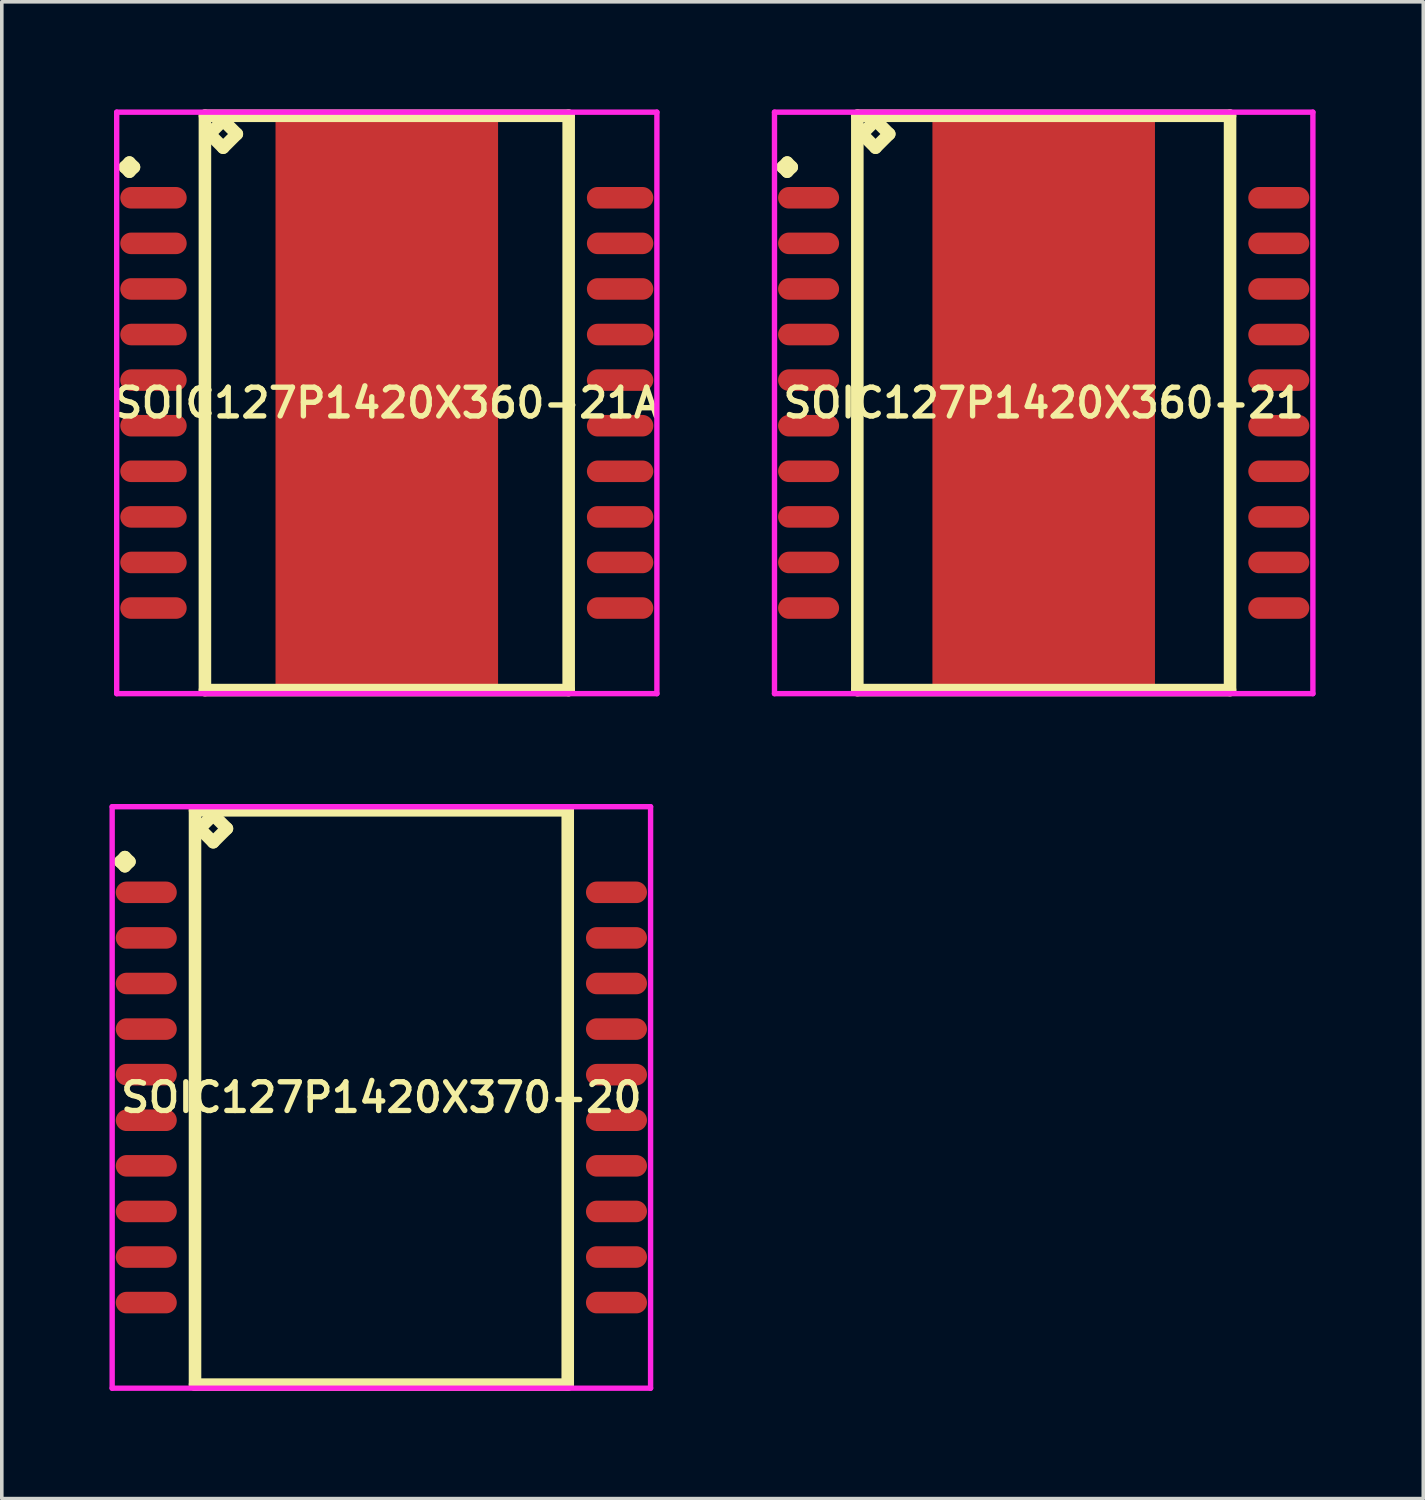
<source format=kicad_pcb>
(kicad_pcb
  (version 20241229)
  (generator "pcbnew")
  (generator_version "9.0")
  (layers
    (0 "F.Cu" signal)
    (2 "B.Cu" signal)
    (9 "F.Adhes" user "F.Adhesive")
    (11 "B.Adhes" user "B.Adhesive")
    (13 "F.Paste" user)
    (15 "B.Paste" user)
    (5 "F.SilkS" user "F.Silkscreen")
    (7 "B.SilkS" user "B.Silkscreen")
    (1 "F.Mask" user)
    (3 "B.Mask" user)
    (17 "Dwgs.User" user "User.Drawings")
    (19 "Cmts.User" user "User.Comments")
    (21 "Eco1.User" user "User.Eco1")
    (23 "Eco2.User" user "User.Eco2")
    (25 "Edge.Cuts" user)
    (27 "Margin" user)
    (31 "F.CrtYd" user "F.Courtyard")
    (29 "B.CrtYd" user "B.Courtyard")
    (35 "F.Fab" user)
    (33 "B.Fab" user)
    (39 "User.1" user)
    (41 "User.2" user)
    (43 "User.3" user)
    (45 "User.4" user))
  (footprint "SOIC127P1420X360-21A"
    (layer "F.Cu")
    (at 7.726 8.175)
    (property "Reference" "SOIC127P1420X360-21A" (at 0 0 0) (layer "F.SilkS") (effects (font (size 0.8 0.8) (thickness 0.15))))
    (attr through_hole)
    (fp_line (start -7.298 -6.569) (end -7.171 -6.696) (stroke (width 0.35) (type solid)) (layer "F.SilkS"))
    (fp_line (start -7.171 -6.696) (end -7.044 -6.569) (stroke (width 0.35) (type solid)) (layer "F.SilkS"))
    (fp_line (start -7.171 -6.442) (end -7.298 -6.569) (stroke (width 0.35) (type solid)) (layer "F.SilkS"))
    (fp_line (start -7.044 -6.569) (end -7.171 -6.442) (stroke (width 0.35) (type solid)) (layer "F.SilkS"))
    (fp_line (start -5.067 -8) (end -5.067 8) (stroke (width 0.35) (type solid)) (layer "F.SilkS"))
    (fp_line (start -5.067 8) (end 5.067 8) (stroke (width 0.35) (type solid)) (layer "F.SilkS"))
    (fp_line (start -4.94 -7.492) (end -4.559 -7.873) (stroke (width 0.35) (type solid)) (layer "F.SilkS"))
    (fp_line (start -4.559 -7.873) (end -4.178 -7.492) (stroke (width 0.35) (type solid)) (layer "F.SilkS"))
    (fp_line (start -4.559 -7.111) (end -4.94 -7.492) (stroke (width 0.35) (type solid)) (layer "F.SilkS"))
    (fp_line (start -4.178 -7.492) (end -4.559 -7.111) (stroke (width 0.35) (type solid)) (layer "F.SilkS"))
    (fp_line (start 5.067 -8) (end -5.067 -8) (stroke (width 0.35) (type solid)) (layer "F.SilkS"))
    (fp_line (start 5.067 8) (end 5.067 -8) (stroke (width 0.35) (type solid)) (layer "F.SilkS"))
    (fp_line (start -7.525 -8.1) (end 7.525 -8.1) (stroke (width 0.15) (type solid)) (layer "F.CrtYd"))
    (fp_line (start -7.525 8.1) (end -7.525 -8.1) (stroke (width 0.15) (type solid)) (layer "F.CrtYd"))
    (fp_line (start 7.525 -8.1) (end 7.525 8.1) (stroke (width 0.15) (type solid)) (layer "F.CrtYd"))
    (fp_line (start 7.525 8.1) (end -7.525 8.1) (stroke (width 0.15) (type solid)) (layer "F.CrtYd"))
    (pad "1" smd oval (at -6.5 -5.715) (size 1.85 0.6) (layers "F.Cu" "F.Mask" "F.Paste"))
    (pad "2" smd oval (at -6.5 -4.445) (size 1.85 0.6) (layers "F.Cu" "F.Mask" "F.Paste"))
    (pad "3" smd oval (at -6.5 -3.175) (size 1.85 0.6) (layers "F.Cu" "F.Mask" "F.Paste"))
    (pad "4" smd oval (at -6.5 -1.905) (size 1.85 0.6) (layers "F.Cu" "F.Mask" "F.Paste"))
    (pad "5" smd oval (at -6.5 -0.635) (size 1.85 0.6) (layers "F.Cu" "F.Mask" "F.Paste"))
    (pad "6" smd oval (at -6.5 0.635) (size 1.85 0.6) (layers "F.Cu" "F.Mask" "F.Paste"))
    (pad "7" smd oval (at -6.5 1.905) (size 1.85 0.6) (layers "F.Cu" "F.Mask" "F.Paste"))
    (pad "8" smd oval (at -6.5 3.175) (size 1.85 0.6) (layers "F.Cu" "F.Mask" "F.Paste"))
    (pad "9" smd oval (at -6.5 4.445) (size 1.85 0.6) (layers "F.Cu" "F.Mask" "F.Paste"))
    (pad "10" smd oval (at -6.5 5.715) (size 1.85 0.6) (layers "F.Cu" "F.Mask" "F.Paste"))
    (pad "11" smd oval (at 6.5 5.715) (size 1.85 0.6) (layers "F.Cu" "F.Mask" "F.Paste"))
    (pad "12" smd oval (at 6.5 4.445) (size 1.85 0.6) (layers "F.Cu" "F.Mask" "F.Paste"))
    (pad "13" smd oval (at 6.5 3.175) (size 1.85 0.6) (layers "F.Cu" "F.Mask" "F.Paste"))
    (pad "14" smd oval (at 6.5 1.905) (size 1.85 0.6) (layers "F.Cu" "F.Mask" "F.Paste"))
    (pad "15" smd oval (at 6.5 0.635) (size 1.85 0.6) (layers "F.Cu" "F.Mask" "F.Paste"))
    (pad "16" smd oval (at 6.5 -0.635) (size 1.85 0.6) (layers "F.Cu" "F.Mask" "F.Paste"))
    (pad "17" smd oval (at 6.5 -1.905) (size 1.85 0.6) (layers "F.Cu" "F.Mask" "F.Paste"))
    (pad "18" smd oval (at 6.5 -3.175) (size 1.85 0.6) (layers "F.Cu" "F.Mask" "F.Paste"))
    (pad "19" smd oval (at 6.5 -4.445) (size 1.85 0.6) (layers "F.Cu" "F.Mask" "F.Paste"))
    (pad "20" smd oval (at 6.5 -5.715) (size 1.85 0.6) (layers "F.Cu" "F.Mask" "F.Paste"))
    (pad "21" smd rect (at 0 0) (size 6.2 16) (layers "F.Cu" "F.Mask" "F.Paste")))
  (footprint "SOIC127P1420X370-20"
    (layer "F.Cu")
    (at 7.575 27.525)
    (property "Reference" "SOIC127P1420X370-20" (at 0 0 0) (layer "F.SilkS") (effects (font (size 0.8 0.8) (thickness 0.15))))
    (attr smd)
    (fp_line (start -7.273 -6.569) (end -7.146 -6.696) (stroke (width 0.35) (type solid)) (layer "F.SilkS"))
    (fp_line (start -7.146 -6.696) (end -7.019 -6.569) (stroke (width 0.35) (type solid)) (layer "F.SilkS"))
    (fp_line (start -7.146 -6.442) (end -7.273 -6.569) (stroke (width 0.35) (type solid)) (layer "F.SilkS"))
    (fp_line (start -7.019 -6.569) (end -7.146 -6.442) (stroke (width 0.35) (type solid)) (layer "F.SilkS"))
    (fp_line (start -5.192 -8) (end -5.192 8) (stroke (width 0.35) (type solid)) (layer "F.SilkS"))
    (fp_line (start -5.192 8) (end 5.192 8) (stroke (width 0.35) (type solid)) (layer "F.SilkS"))
    (fp_line (start -5.065 -7.492) (end -4.684 -7.873) (stroke (width 0.35) (type solid)) (layer "F.SilkS"))
    (fp_line (start -4.684 -7.873) (end -4.303 -7.492) (stroke (width 0.35) (type solid)) (layer "F.SilkS"))
    (fp_line (start -4.684 -7.111) (end -5.065 -7.492) (stroke (width 0.35) (type solid)) (layer "F.SilkS"))
    (fp_line (start -4.303 -7.492) (end -4.684 -7.111) (stroke (width 0.35) (type solid)) (layer "F.SilkS"))
    (fp_line (start 5.192 -8) (end -5.192 -8) (stroke (width 0.35) (type solid)) (layer "F.SilkS"))
    (fp_line (start 5.192 8) (end 5.192 -8) (stroke (width 0.35) (type solid)) (layer "F.SilkS"))
    (fp_line (start -7.5 -8.1) (end 7.5 -8.1) (stroke (width 0.15) (type solid)) (layer "F.CrtYd"))
    (fp_line (start -7.5 8.1) (end -7.5 -8.1) (stroke (width 0.15) (type solid)) (layer "F.CrtYd"))
    (fp_line (start 7.5 -8.1) (end 7.5 8.1) (stroke (width 0.15) (type solid)) (layer "F.CrtYd"))
    (fp_line (start 7.5 8.1) (end -7.5 8.1) (stroke (width 0.15) (type solid)) (layer "F.CrtYd"))
    (pad "1" smd oval (at -6.55 -5.715) (size 1.7 0.6) (layers "F.Cu" "F.Mask" "F.Paste"))
    (pad "2" smd oval (at -6.55 -4.445) (size 1.7 0.6) (layers "F.Cu" "F.Mask" "F.Paste"))
    (pad "3" smd oval (at -6.55 -3.175) (size 1.7 0.6) (layers "F.Cu" "F.Mask" "F.Paste"))
    (pad "4" smd oval (at -6.55 -1.905) (size 1.7 0.6) (layers "F.Cu" "F.Mask" "F.Paste"))
    (pad "5" smd oval (at -6.55 -0.635) (size 1.7 0.6) (layers "F.Cu" "F.Mask" "F.Paste"))
    (pad "6" smd oval (at -6.55 0.635) (size 1.7 0.6) (layers "F.Cu" "F.Mask" "F.Paste"))
    (pad "7" smd oval (at -6.55 1.905) (size 1.7 0.6) (layers "F.Cu" "F.Mask" "F.Paste"))
    (pad "8" smd oval (at -6.55 3.175) (size 1.7 0.6) (layers "F.Cu" "F.Mask" "F.Paste"))
    (pad "9" smd oval (at -6.55 4.445) (size 1.7 0.6) (layers "F.Cu" "F.Mask" "F.Paste"))
    (pad "10" smd oval (at -6.55 5.715) (size 1.7 0.6) (layers "F.Cu" "F.Mask" "F.Paste"))
    (pad "11" smd oval (at 6.55 5.715) (size 1.7 0.6) (layers "F.Cu" "F.Mask" "F.Paste"))
    (pad "12" smd oval (at 6.55 4.445) (size 1.7 0.6) (layers "F.Cu" "F.Mask" "F.Paste"))
    (pad "13" smd oval (at 6.55 3.175) (size 1.7 0.6) (layers "F.Cu" "F.Mask" "F.Paste"))
    (pad "14" smd oval (at 6.55 1.905) (size 1.7 0.6) (layers "F.Cu" "F.Mask" "F.Paste"))
    (pad "15" smd oval (at 6.55 0.635) (size 1.7 0.6) (layers "F.Cu" "F.Mask" "F.Paste"))
    (pad "16" smd oval (at 6.55 -0.635) (size 1.7 0.6) (layers "F.Cu" "F.Mask" "F.Paste"))
    (pad "17" smd oval (at 6.55 -1.905) (size 1.7 0.6) (layers "F.Cu" "F.Mask" "F.Paste"))
    (pad "18" smd oval (at 6.55 -3.175) (size 1.7 0.6) (layers "F.Cu" "F.Mask" "F.Paste"))
    (pad "19" smd oval (at 6.55 -4.445) (size 1.7 0.6) (layers "F.Cu" "F.Mask" "F.Paste"))
    (pad "20" smd oval (at 6.55 -5.715) (size 1.7 0.6) (layers "F.Cu" "F.Mask" "F.Paste")))
  (footprint "SOIC127P1420X360-21"
    (layer "F.Cu")
    (at 26.027 8.175)
    (property "Reference" "SOIC127P1420X360-21" (at 0 0 0) (layer "F.SilkS") (effects (font (size 0.8 0.8) (thickness 0.15))))
    (attr through_hole)
    (fp_line (start -7.273 -6.569) (end -7.146 -6.696) (stroke (width 0.35) (type solid)) (layer "F.SilkS"))
    (fp_line (start -7.146 -6.696) (end -7.019 -6.569) (stroke (width 0.35) (type solid)) (layer "F.SilkS"))
    (fp_line (start -7.146 -6.442) (end -7.273 -6.569) (stroke (width 0.35) (type solid)) (layer "F.SilkS"))
    (fp_line (start -7.019 -6.569) (end -7.146 -6.442) (stroke (width 0.35) (type solid)) (layer "F.SilkS"))
    (fp_line (start -5.192 -8) (end -5.192 8) (stroke (width 0.35) (type solid)) (layer "F.SilkS"))
    (fp_line (start -5.192 8) (end 5.192 8) (stroke (width 0.35) (type solid)) (layer "F.SilkS"))
    (fp_line (start -5.065 -7.492) (end -4.684 -7.873) (stroke (width 0.35) (type solid)) (layer "F.SilkS"))
    (fp_line (start -4.684 -7.873) (end -4.303 -7.492) (stroke (width 0.35) (type solid)) (layer "F.SilkS"))
    (fp_line (start -4.684 -7.111) (end -5.065 -7.492) (stroke (width 0.35) (type solid)) (layer "F.SilkS"))
    (fp_line (start -4.303 -7.492) (end -4.684 -7.111) (stroke (width 0.35) (type solid)) (layer "F.SilkS"))
    (fp_line (start 5.192 -8) (end -5.192 -8) (stroke (width 0.35) (type solid)) (layer "F.SilkS"))
    (fp_line (start 5.192 8) (end 5.192 -8) (stroke (width 0.35) (type solid)) (layer "F.SilkS"))
    (fp_line (start -7.5 -8.1) (end 7.5 -8.1) (stroke (width 0.15) (type solid)) (layer "F.CrtYd"))
    (fp_line (start -7.5 8.1) (end -7.5 -8.1) (stroke (width 0.15) (type solid)) (layer "F.CrtYd"))
    (fp_line (start 7.5 -8.1) (end 7.5 8.1) (stroke (width 0.15) (type solid)) (layer "F.CrtYd"))
    (fp_line (start 7.5 8.1) (end -7.5 8.1) (stroke (width 0.15) (type solid)) (layer "F.CrtYd"))
    (pad "1" smd oval (at -6.55 -5.715) (size 1.7 0.6) (layers "F.Cu" "F.Mask" "F.Paste"))
    (pad "2" smd oval (at -6.55 -4.445) (size 1.7 0.6) (layers "F.Cu" "F.Mask" "F.Paste"))
    (pad "3" smd oval (at -6.55 -3.175) (size 1.7 0.6) (layers "F.Cu" "F.Mask" "F.Paste"))
    (pad "4" smd oval (at -6.55 -1.905) (size 1.7 0.6) (layers "F.Cu" "F.Mask" "F.Paste"))
    (pad "5" smd oval (at -6.55 -0.635) (size 1.7 0.6) (layers "F.Cu" "F.Mask" "F.Paste"))
    (pad "6" smd oval (at -6.55 0.635) (size 1.7 0.6) (layers "F.Cu" "F.Mask" "F.Paste"))
    (pad "7" smd oval (at -6.55 1.905) (size 1.7 0.6) (layers "F.Cu" "F.Mask" "F.Paste"))
    (pad "8" smd oval (at -6.55 3.175) (size 1.7 0.6) (layers "F.Cu" "F.Mask" "F.Paste"))
    (pad "9" smd oval (at -6.55 4.445) (size 1.7 0.6) (layers "F.Cu" "F.Mask" "F.Paste"))
    (pad "10" smd oval (at -6.55 5.715) (size 1.7 0.6) (layers "F.Cu" "F.Mask" "F.Paste"))
    (pad "11" smd oval (at 6.55 5.715) (size 1.7 0.6) (layers "F.Cu" "F.Mask" "F.Paste"))
    (pad "12" smd oval (at 6.55 4.445) (size 1.7 0.6) (layers "F.Cu" "F.Mask" "F.Paste"))
    (pad "13" smd oval (at 6.55 3.175) (size 1.7 0.6) (layers "F.Cu" "F.Mask" "F.Paste"))
    (pad "14" smd oval (at 6.55 1.905) (size 1.7 0.6) (layers "F.Cu" "F.Mask" "F.Paste"))
    (pad "15" smd oval (at 6.55 0.635) (size 1.7 0.6) (layers "F.Cu" "F.Mask" "F.Paste"))
    (pad "16" smd oval (at 6.55 -0.635) (size 1.7 0.6) (layers "F.Cu" "F.Mask" "F.Paste"))
    (pad "17" smd oval (at 6.55 -1.905) (size 1.7 0.6) (layers "F.Cu" "F.Mask" "F.Paste"))
    (pad "18" smd oval (at 6.55 -3.175) (size 1.7 0.6) (layers "F.Cu" "F.Mask" "F.Paste"))
    (pad "19" smd oval (at 6.55 -4.445) (size 1.7 0.6) (layers "F.Cu" "F.Mask" "F.Paste"))
    (pad "20" smd oval (at 6.55 -5.715) (size 1.7 0.6) (layers "F.Cu" "F.Mask" "F.Paste"))
    (pad "21" smd rect (at 0 0) (size 6.2 16) (layers "F.Cu" "F.Mask" "F.Paste")))
  (gr_rect
    (start -3 -3)
    (end 36.602 38.7)
    (stroke (width 0.1) (type default))
    (fill no)
    (layer "Edge.Cuts")))
</source>
